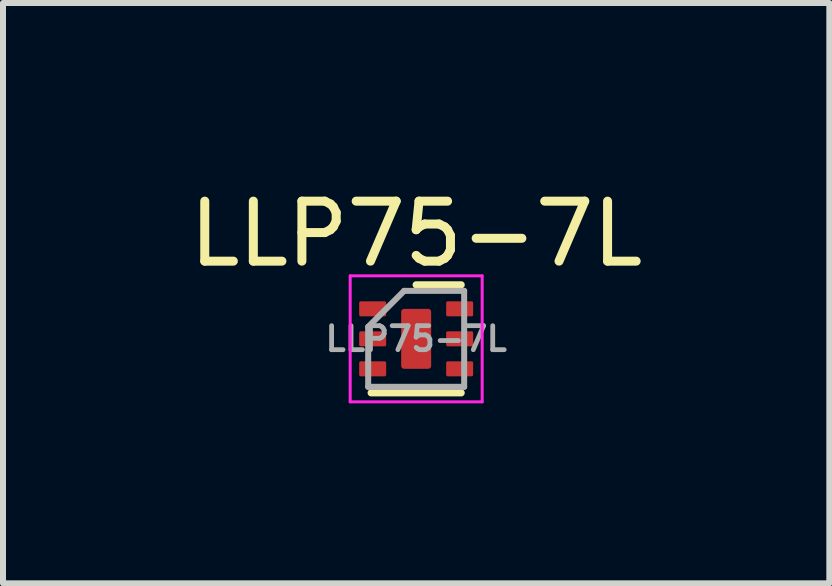
<source format=kicad_pcb>
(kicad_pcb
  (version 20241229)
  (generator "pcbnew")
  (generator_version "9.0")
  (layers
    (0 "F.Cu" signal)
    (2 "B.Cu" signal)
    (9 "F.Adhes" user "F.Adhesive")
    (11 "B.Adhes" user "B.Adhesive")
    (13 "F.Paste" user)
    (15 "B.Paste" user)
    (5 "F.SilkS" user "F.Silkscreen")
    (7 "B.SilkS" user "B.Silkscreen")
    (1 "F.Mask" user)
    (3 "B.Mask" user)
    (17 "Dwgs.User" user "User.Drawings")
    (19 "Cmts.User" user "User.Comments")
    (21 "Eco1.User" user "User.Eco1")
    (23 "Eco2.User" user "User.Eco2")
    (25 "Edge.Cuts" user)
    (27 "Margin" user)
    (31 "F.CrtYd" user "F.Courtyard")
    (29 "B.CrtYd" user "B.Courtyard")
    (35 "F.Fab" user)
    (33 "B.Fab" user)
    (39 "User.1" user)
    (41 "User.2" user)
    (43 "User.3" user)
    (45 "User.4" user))
  (footprint "LLP75-7L"
    (layer "F.Cu")
    (at 3.887 2.598)
    (property "Reference" "LLP75-7L" (at 0 -1.75 0) (layer "F.SilkS") (effects (font (size 1 1) (thickness 0.15))))
    (attr smd)
    (fp_line (start -0.75 0.9) (end 0.75 0.9) (stroke (width 0.12) (type solid)) (layer "F.SilkS"))
    (fp_line (start 0.75 -0.9) (end 0 -0.9) (stroke (width 0.12) (type solid)) (layer "F.SilkS"))
    (fp_line (start -1.1 -1.05) (end -1.1 1.05) (stroke (width 0.05) (type solid)) (layer "F.CrtYd"))
    (fp_line (start -1.1 1.05) (end 1.1 1.05) (stroke (width 0.05) (type solid)) (layer "F.CrtYd"))
    (fp_line (start 1.1 -1.05) (end -1.1 -1.05) (stroke (width 0.05) (type solid)) (layer "F.CrtYd"))
    (fp_line (start 1.1 1.05) (end 1.1 -1.05) (stroke (width 0.05) (type solid)) (layer "F.CrtYd"))
    (fp_line (start -0.8 -0.2) (end -0.8 0.8) (stroke (width 0.1) (type solid)) (layer "F.Fab"))
    (fp_line (start -0.8 0.8) (end 0.8 0.8) (stroke (width 0.1) (type solid)) (layer "F.Fab"))
    (fp_line (start -0.2 -0.8) (end -0.8 -0.2) (stroke (width 0.1) (type solid)) (layer "F.Fab"))
    (fp_line (start 0.8 -0.8) (end -0.2 -0.8) (stroke (width 0.1) (type solid)) (layer "F.Fab"))
    (fp_line (start 0.8 0.8) (end 0.8 -0.8) (stroke (width 0.1) (type solid)) (layer "F.Fab"))
    (fp_text user "${REFERENCE}" (at 0 0 0) (layer "F.Fab") (effects (font (size 0.4 0.4) (thickness 0.08))))
    (pad "1" smd roundrect (at -0.725 -0.5) (size 0.45 0.25) (layers "F.Cu" "F.Mask" "F.Paste") (roundrect_rratio 0.1))
    (pad "2" smd roundrect (at -0.725 0) (size 0.45 0.25) (layers "F.Cu" "F.Mask" "F.Paste") (roundrect_rratio 0.1))
    (pad "3" smd roundrect (at -0.725 0.5) (size 0.45 0.25) (layers "F.Cu" "F.Mask" "F.Paste") (roundrect_rratio 0.1))
    (pad "4" smd roundrect (at 0.725 0.5) (size 0.45 0.25) (layers "F.Cu" "F.Mask" "F.Paste") (roundrect_rratio 0.1))
    (pad "5" smd roundrect (at 0.725 0) (size 0.45 0.25) (layers "F.Cu" "F.Mask" "F.Paste") (roundrect_rratio 0.1))
    (pad "6" smd roundrect (at 0.725 -0.5) (size 0.45 0.25) (layers "F.Cu" "F.Mask" "F.Paste") (roundrect_rratio 0.1))
    (pad "7" smd roundrect (at 0 0) (size 0.5 1) (layers "F.Cu" "F.Mask" "F.Paste") (roundrect_rratio 0.1)))
  (gr_rect
    (start -3 -3)
    (end 10.774 6.673)
    (stroke (width 0.1) (type default))
    (fill no)
    (layer "Edge.Cuts")))
</source>
